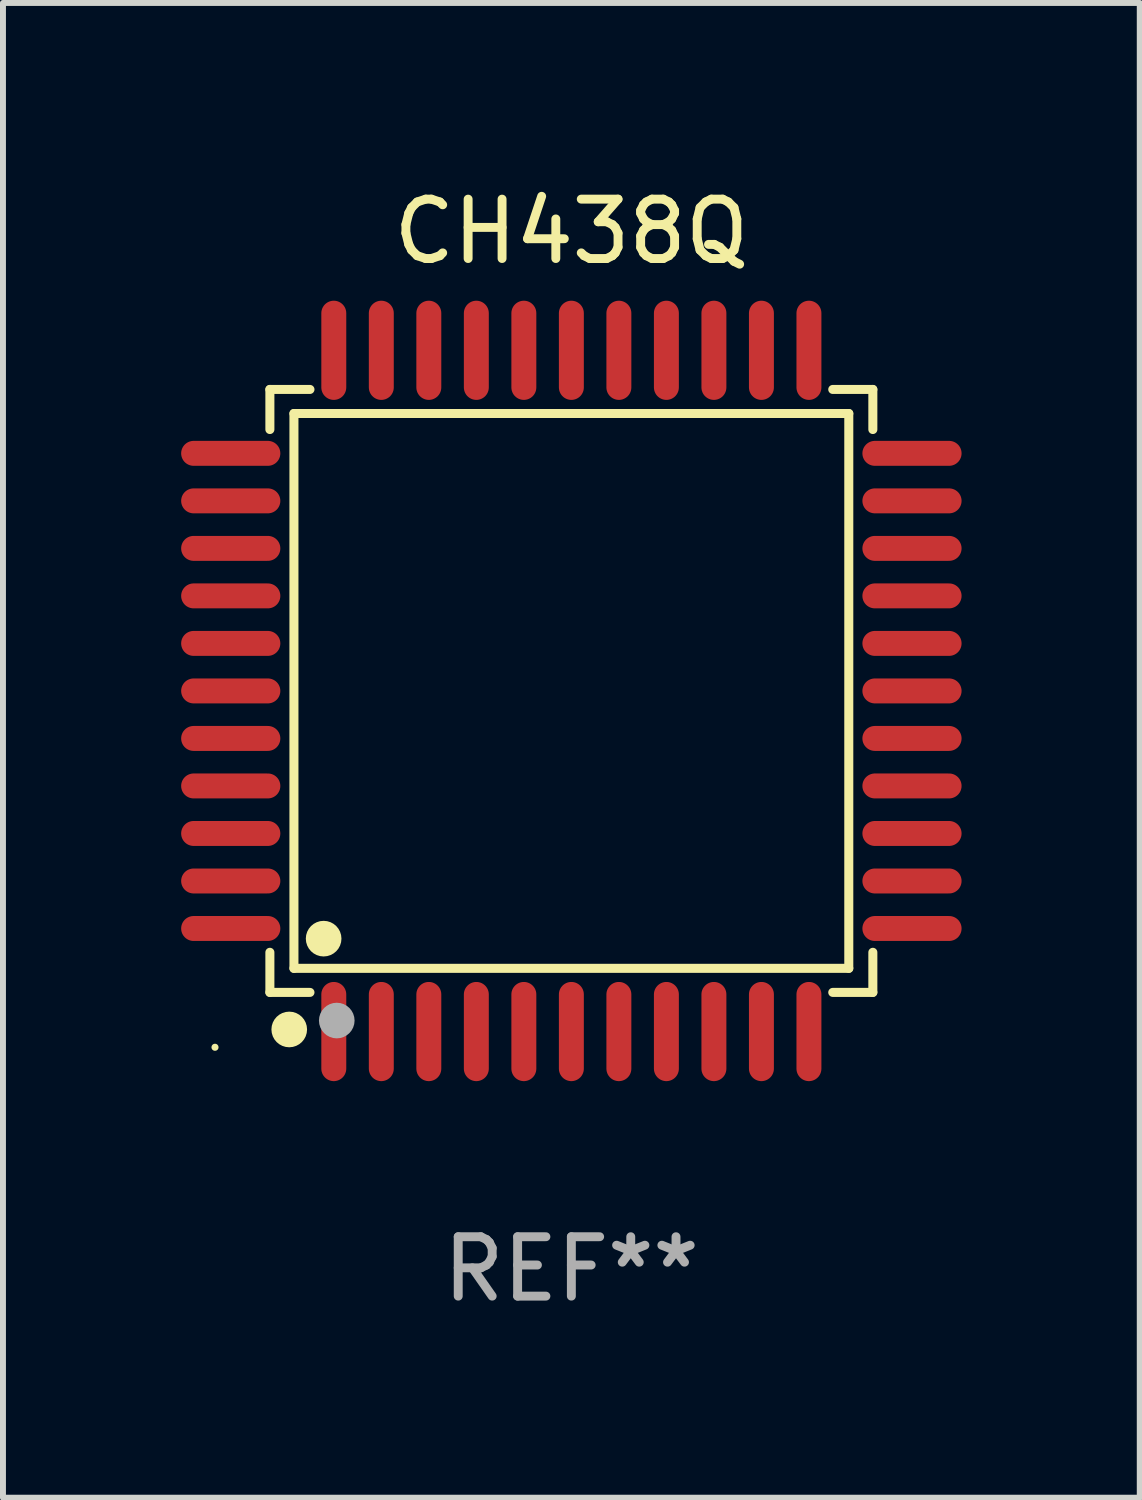
<source format=kicad_pcb>
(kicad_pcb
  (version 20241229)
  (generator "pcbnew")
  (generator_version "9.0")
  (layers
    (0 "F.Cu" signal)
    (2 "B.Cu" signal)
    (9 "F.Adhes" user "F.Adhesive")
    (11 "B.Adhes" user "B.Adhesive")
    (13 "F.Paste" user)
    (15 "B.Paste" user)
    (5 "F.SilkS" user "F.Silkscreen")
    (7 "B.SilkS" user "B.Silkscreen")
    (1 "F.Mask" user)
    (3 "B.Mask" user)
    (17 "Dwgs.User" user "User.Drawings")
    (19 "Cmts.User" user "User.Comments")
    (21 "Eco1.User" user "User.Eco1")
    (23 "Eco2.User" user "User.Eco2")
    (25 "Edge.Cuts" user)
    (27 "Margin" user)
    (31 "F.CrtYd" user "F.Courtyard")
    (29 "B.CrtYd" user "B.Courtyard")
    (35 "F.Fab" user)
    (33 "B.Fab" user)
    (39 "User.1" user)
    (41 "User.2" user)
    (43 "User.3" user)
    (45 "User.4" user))
  (footprint "CH438Q"
    (layer "F.Cu")
    (at 6.57 8.583)
    (property "Reference" "CH438Q" (at 0 -7.735 0) (layer "F.SilkS") (effects (font (size 1 1) (thickness 0.15))))
    (attr through_hole)
    (fp_line (start -5.076 -5.076) (end -4.401 -5.076) (stroke (width 0.152) (type solid)) (layer "F.SilkS"))
    (fp_line (start -5.076 -4.401) (end -5.076 -5.076) (stroke (width 0.152) (type solid)) (layer "F.SilkS"))
    (fp_line (start -5.076 4.401) (end -5.076 5.076) (stroke (width 0.152) (type solid)) (layer "F.SilkS"))
    (fp_line (start -5.076 5.076) (end -4.401 5.076) (stroke (width 0.152) (type solid)) (layer "F.SilkS"))
    (fp_line (start -4.671 -4.671) (end 4.671 -4.671) (stroke (width 0.152) (type solid)) (layer "F.SilkS"))
    (fp_line (start -4.671 4.671) (end -4.671 -4.671) (stroke (width 0.152) (type solid)) (layer "F.SilkS"))
    (fp_line (start 4.671 -4.671) (end 4.671 4.671) (stroke (width 0.152) (type solid)) (layer "F.SilkS"))
    (fp_line (start 4.671 4.671) (end -4.671 4.671) (stroke (width 0.152) (type solid)) (layer "F.SilkS"))
    (fp_line (start 5.076 -5.076) (end 4.401 -5.076) (stroke (width 0.152) (type solid)) (layer "F.SilkS"))
    (fp_line (start 5.076 -4.401) (end 5.076 -5.076) (stroke (width 0.152) (type solid)) (layer "F.SilkS"))
    (fp_line (start 5.076 4.401) (end 5.076 5.076) (stroke (width 0.152) (type solid)) (layer "F.SilkS"))
    (fp_line (start 5.076 5.076) (end 4.401 5.076) (stroke (width 0.152) (type solid)) (layer "F.SilkS"))
    (fp_circle (center -6 6) (end -5.97 6) (stroke (width 0.06) (type solid)) (fill no) (layer "F.SilkS"))
    (fp_circle (center -4.75 5.7) (end -4.6 5.7) (stroke (width 0.3) (type solid)) (fill no) (layer "F.SilkS"))
    (fp_circle (center -4.171 4.171) (end -4.021 4.171) (stroke (width 0.3) (type solid)) (fill no) (layer "F.SilkS"))
    (fp_circle (center -3.95 5.55) (end -3.8 5.55) (stroke (width 0.3) (type solid)) (fill no) (layer "F.Fab"))
    (fp_text user "REF**" (at 0 9.735 0) (layer "F.Fab") (effects (font (size 1 1) (thickness 0.15))))
    (pad "1" smd oval (at -4 5.735) (size 0.42 1.67) (layers "F.Cu" "F.Mask" "F.Paste"))
    (pad "2" smd oval (at -3.2 5.735) (size 0.42 1.67) (layers "F.Cu" "F.Mask" "F.Paste"))
    (pad "3" smd oval (at -2.4 5.735) (size 0.42 1.67) (layers "F.Cu" "F.Mask" "F.Paste"))
    (pad "4" smd oval (at -1.6 5.735) (size 0.42 1.67) (layers "F.Cu" "F.Mask" "F.Paste"))
    (pad "5" smd oval (at -0.8 5.735) (size 0.42 1.67) (layers "F.Cu" "F.Mask" "F.Paste"))
    (pad "6" smd oval (at 0 5.735) (size 0.42 1.67) (layers "F.Cu" "F.Mask" "F.Paste"))
    (pad "7" smd oval (at 0.8 5.735) (size 0.42 1.67) (layers "F.Cu" "F.Mask" "F.Paste"))
    (pad "8" smd oval (at 1.6 5.735) (size 0.42 1.67) (layers "F.Cu" "F.Mask" "F.Paste"))
    (pad "9" smd oval (at 2.4 5.735) (size 0.42 1.67) (layers "F.Cu" "F.Mask" "F.Paste"))
    (pad "10" smd oval (at 3.2 5.735) (size 0.42 1.67) (layers "F.Cu" "F.Mask" "F.Paste"))
    (pad "11" smd oval (at 4 5.735) (size 0.42 1.67) (layers "F.Cu" "F.Mask" "F.Paste"))
    (pad "12" smd oval (at 5.735 4) (size 1.67 0.42) (layers "F.Cu" "F.Mask" "F.Paste"))
    (pad "13" smd oval (at 5.735 3.2) (size 1.67 0.42) (layers "F.Cu" "F.Mask" "F.Paste"))
    (pad "14" smd oval (at 5.735 2.4) (size 1.67 0.42) (layers "F.Cu" "F.Mask" "F.Paste"))
    (pad "15" smd oval (at 5.735 1.6) (size 1.67 0.42) (layers "F.Cu" "F.Mask" "F.Paste"))
    (pad "16" smd oval (at 5.735 0.8) (size 1.67 0.42) (layers "F.Cu" "F.Mask" "F.Paste"))
    (pad "17" smd oval (at 5.735 0) (size 1.67 0.42) (layers "F.Cu" "F.Mask" "F.Paste"))
    (pad "18" smd oval (at 5.735 -0.8) (size 1.67 0.42) (layers "F.Cu" "F.Mask" "F.Paste"))
    (pad "19" smd oval (at 5.735 -1.6) (size 1.67 0.42) (layers "F.Cu" "F.Mask" "F.Paste"))
    (pad "20" smd oval (at 5.735 -2.4) (size 1.67 0.42) (layers "F.Cu" "F.Mask" "F.Paste"))
    (pad "21" smd oval (at 5.735 -3.2) (size 1.67 0.42) (layers "F.Cu" "F.Mask" "F.Paste"))
    (pad "22" smd oval (at 5.735 -4) (size 1.67 0.42) (layers "F.Cu" "F.Mask" "F.Paste"))
    (pad "23" smd oval (at 4 -5.735) (size 0.42 1.67) (layers "F.Cu" "F.Mask" "F.Paste"))
    (pad "24" smd oval (at 3.2 -5.735) (size 0.42 1.67) (layers "F.Cu" "F.Mask" "F.Paste"))
    (pad "25" smd oval (at 2.4 -5.735) (size 0.42 1.67) (layers "F.Cu" "F.Mask" "F.Paste"))
    (pad "26" smd oval (at 1.6 -5.735) (size 0.42 1.67) (layers "F.Cu" "F.Mask" "F.Paste"))
    (pad "27" smd oval (at 0.8 -5.735) (size 0.42 1.67) (layers "F.Cu" "F.Mask" "F.Paste"))
    (pad "28" smd oval (at 0 -5.735) (size 0.42 1.67) (layers "F.Cu" "F.Mask" "F.Paste"))
    (pad "29" smd oval (at -0.8 -5.735) (size 0.42 1.67) (layers "F.Cu" "F.Mask" "F.Paste"))
    (pad "30" smd oval (at -1.6 -5.735) (size 0.42 1.67) (layers "F.Cu" "F.Mask" "F.Paste"))
    (pad "31" smd oval (at -2.4 -5.735) (size 0.42 1.67) (layers "F.Cu" "F.Mask" "F.Paste"))
    (pad "32" smd oval (at -3.2 -5.735) (size 0.42 1.67) (layers "F.Cu" "F.Mask" "F.Paste"))
    (pad "33" smd oval (at -4 -5.735) (size 0.42 1.67) (layers "F.Cu" "F.Mask" "F.Paste"))
    (pad "34" smd oval (at -5.735 -4) (size 1.67 0.42) (layers "F.Cu" "F.Mask" "F.Paste"))
    (pad "35" smd oval (at -5.735 -3.2) (size 1.67 0.42) (layers "F.Cu" "F.Mask" "F.Paste"))
    (pad "36" smd oval (at -5.735 -2.4) (size 1.67 0.42) (layers "F.Cu" "F.Mask" "F.Paste"))
    (pad "37" smd oval (at -5.735 -1.6) (size 1.67 0.42) (layers "F.Cu" "F.Mask" "F.Paste"))
    (pad "38" smd oval (at -5.735 -0.8) (size 1.67 0.42) (layers "F.Cu" "F.Mask" "F.Paste"))
    (pad "39" smd oval (at -5.735 0) (size 1.67 0.42) (layers "F.Cu" "F.Mask" "F.Paste"))
    (pad "40" smd oval (at -5.735 0.8) (size 1.67 0.42) (layers "F.Cu" "F.Mask" "F.Paste"))
    (pad "41" smd oval (at -5.735 1.6) (size 1.67 0.42) (layers "F.Cu" "F.Mask" "F.Paste"))
    (pad "42" smd oval (at -5.735 2.4) (size 1.67 0.42) (layers "F.Cu" "F.Mask" "F.Paste"))
    (pad "43" smd oval (at -5.735 3.2) (size 1.67 0.42) (layers "F.Cu" "F.Mask" "F.Paste"))
    (pad "44" smd oval (at -5.735 4) (size 1.67 0.42) (layers "F.Cu" "F.Mask" "F.Paste")))
  (gr_rect
    (start -3 -3)
    (end 16.14 22.167)
    (stroke (width 0.1) (type default))
    (fill no)
    (layer "Edge.Cuts")))
</source>
